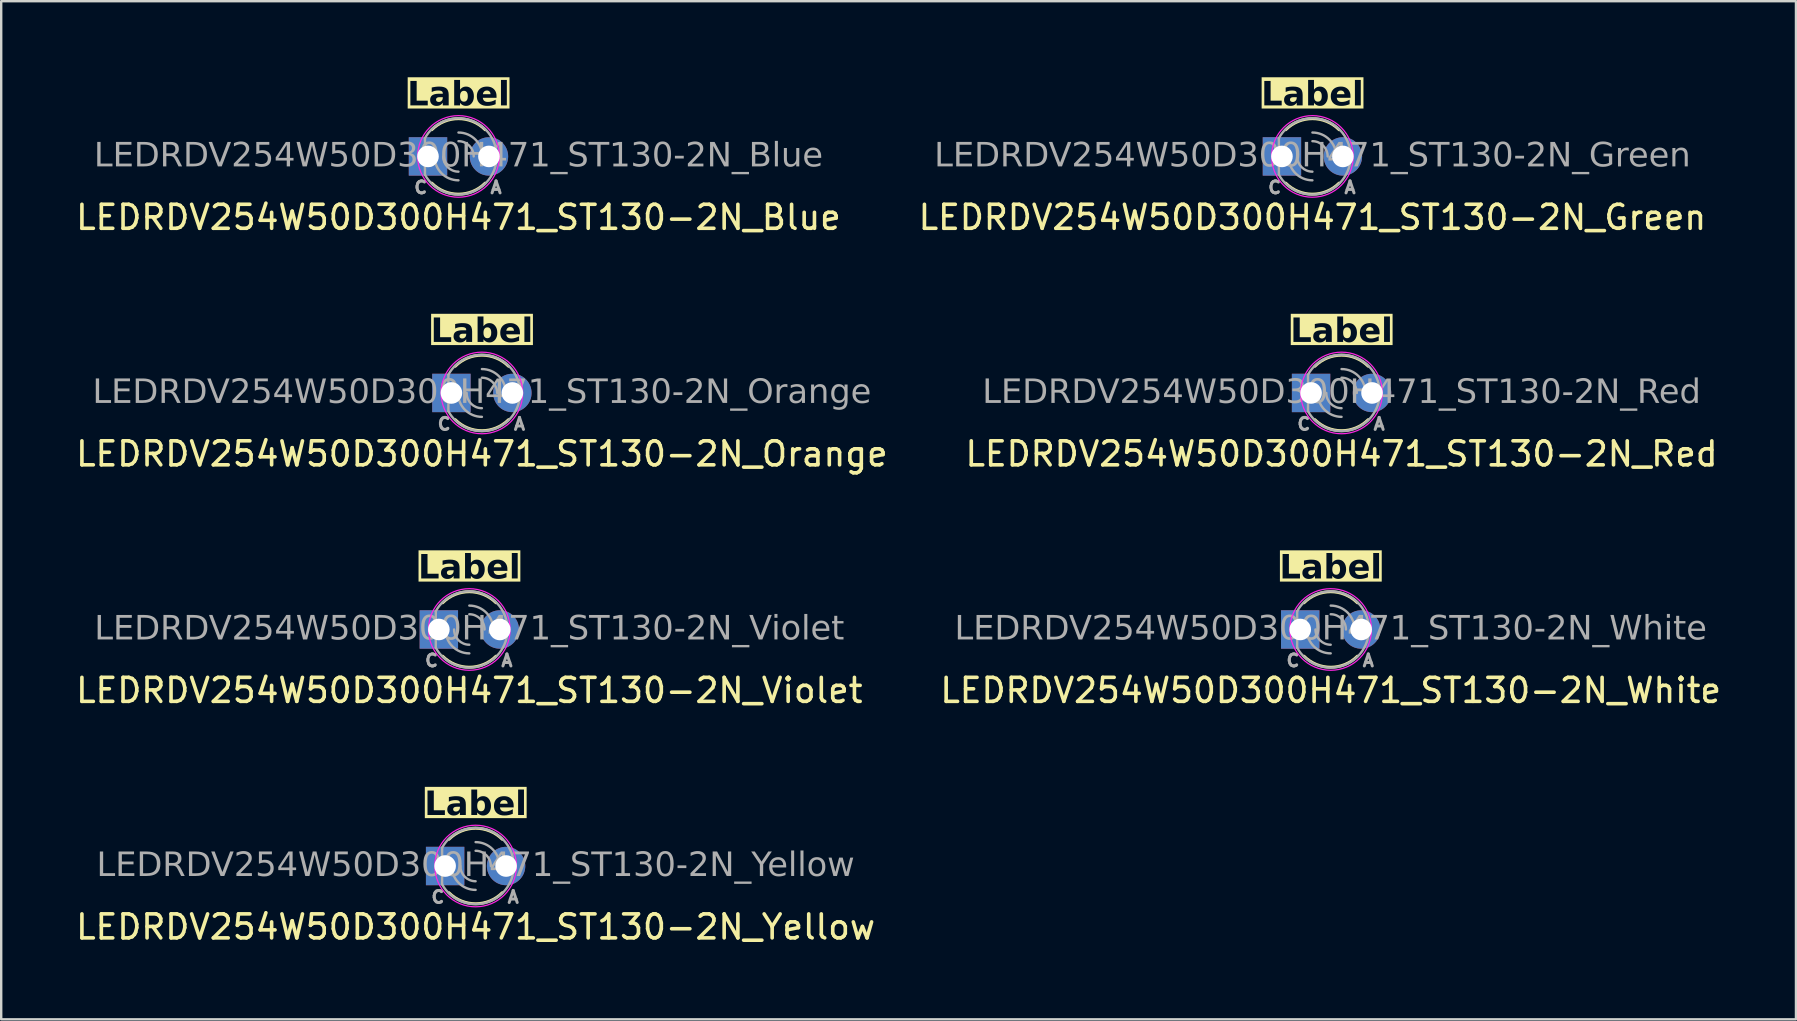
<source format=kicad_pcb>
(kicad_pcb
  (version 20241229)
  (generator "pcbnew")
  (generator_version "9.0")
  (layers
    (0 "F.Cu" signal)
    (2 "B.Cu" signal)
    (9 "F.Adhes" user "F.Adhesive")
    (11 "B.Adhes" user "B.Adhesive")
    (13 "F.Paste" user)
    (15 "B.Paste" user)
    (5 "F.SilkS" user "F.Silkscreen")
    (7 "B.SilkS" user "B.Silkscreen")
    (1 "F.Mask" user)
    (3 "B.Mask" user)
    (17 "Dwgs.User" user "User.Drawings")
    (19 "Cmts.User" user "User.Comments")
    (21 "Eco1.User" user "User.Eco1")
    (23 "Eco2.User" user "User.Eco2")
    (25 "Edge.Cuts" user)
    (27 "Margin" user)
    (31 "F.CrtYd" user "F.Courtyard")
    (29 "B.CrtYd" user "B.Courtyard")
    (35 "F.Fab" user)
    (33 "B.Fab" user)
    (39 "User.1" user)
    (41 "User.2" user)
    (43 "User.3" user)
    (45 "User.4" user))
  (footprint "LEDRDV254W50D300H471_ST130-2N_White"
    (layer "F.Cu")
    (at 52.399 23.18)
    (property "Reference" "LEDRDV254W50D300H471_ST130-2N_White" (at 0 2.54 0) (layer "F.SilkS") (effects (font (size 1 1) (thickness 0.15))))
    (property "Label" "Label" (at 0 -2.54 0) (layer "F.SilkS" knockout) (effects (font (face "Tahoma") (size 1 1) (thickness 0.2) (bold yes))))
    (attr through_hole)
    (fp_arc (start -1.11125 -1.11125) (mid 0 -1.571545) (end 1.11125 -1.11125) (stroke (width 0.12) (type default)) (layer "F.SilkS"))
    (fp_arc (start 1.11125 1.11125) (mid 0 1.571545) (end -1.11125 1.11125) (stroke (width 0.12) (type default)) (layer "F.SilkS"))
    (fp_circle (center 0 0) (end 1.7 0) (stroke (width 0.05) (type default)) (fill no) (layer "F.CrtYd"))
    (fp_line (start -1.397 -0.762) (end -1.397 0.762) (stroke (width 0.1) (type default)) (layer "F.Fab"))
    (fp_arc (start -1.397 -0.762) (mid 1.591305 0) (end -1.397 0.762) (stroke (width 0.1) (type default)) (layer "F.Fab"))
    (fp_arc (start 0 -0.995373) (mid 0.703835 -0.703835) (end 0.995373 0) (stroke (width 0.1) (type default)) (layer "F.Fab"))
    (fp_arc (start 0 -0.635) (mid 0.449013 -0.449013) (end 0.635 0) (stroke (width 0.1) (type default)) (layer "F.Fab"))
    (fp_arc (start 0 0.635) (mid -0.449013 0.449013) (end -0.635 0) (stroke (width 0.1) (type default)) (layer "F.Fab"))
    (fp_arc (start 0 0.995373) (mid -0.703835 0.703835) (end -0.995373 0) (stroke (width 0.1) (type default)) (layer "F.Fab"))
    (fp_text user "${REFERENCE}" (at -0.000001 0.000001 0) (layer "F.Fab") (effects (font (face "Tahoma") (size 1 1) (thickness 0.15))))
    (fp_text user "A" (at 1.27 1.587 0) (unlocked yes) (layer "F.Fab") (effects (font (size 0.5 0.5) (thickness 0.125)) (justify left bottom)))
    (fp_text user "C" (at -1.905 1.587 0) (unlocked yes) (layer "F.Fab") (effects (font (size 0.5 0.5) (thickness 0.125)) (justify left bottom)))
    (pad "A" thru_hole circle (at 1.27 0) (size 1.6 1.6) (drill 0.9) (layers "*.Cu" "*.Mask"))
    (pad "C" thru_hole rect (at -1.27 0) (size 1.6 1.6) (drill 0.9) (layers "*.Cu" "*.Mask")))
  (footprint "LEDRDV254W50D300H471_ST130-2N_Green"
    (layer "F.Cu")
    (at 51.637 3.468)
    (property "Reference" "LEDRDV254W50D300H471_ST130-2N_Green" (at 0 2.54 0) (layer "F.SilkS") (effects (font (size 1 1) (thickness 0.15))))
    (property "Label" "Label" (at 0 -2.54 0) (layer "F.SilkS" knockout) (effects (font (face "Tahoma") (size 1 1) (thickness 0.2) (bold yes))))
    (attr through_hole)
    (fp_arc (start -1.11125 -1.11125) (mid 0 -1.571545) (end 1.11125 -1.11125) (stroke (width 0.12) (type default)) (layer "F.SilkS"))
    (fp_arc (start 1.11125 1.11125) (mid 0 1.571545) (end -1.11125 1.11125) (stroke (width 0.12) (type default)) (layer "F.SilkS"))
    (fp_circle (center 0 0) (end 1.7 0) (stroke (width 0.05) (type default)) (fill no) (layer "F.CrtYd"))
    (fp_line (start -1.397 -0.762) (end -1.397 0.762) (stroke (width 0.1) (type default)) (layer "F.Fab"))
    (fp_arc (start -1.397 -0.762) (mid 1.591305 0) (end -1.397 0.762) (stroke (width 0.1) (type default)) (layer "F.Fab"))
    (fp_arc (start 0 -0.995373) (mid 0.703835 -0.703835) (end 0.995373 0) (stroke (width 0.1) (type default)) (layer "F.Fab"))
    (fp_arc (start 0 -0.635) (mid 0.449013 -0.449013) (end 0.635 0) (stroke (width 0.1) (type default)) (layer "F.Fab"))
    (fp_arc (start 0 0.635) (mid -0.449013 0.449013) (end -0.635 0) (stroke (width 0.1) (type default)) (layer "F.Fab"))
    (fp_arc (start 0 0.995373) (mid -0.703835 0.703835) (end -0.995373 0) (stroke (width 0.1) (type default)) (layer "F.Fab"))
    (fp_text user "A" (at 1.27 1.587 0) (unlocked yes) (layer "F.Fab") (effects (font (size 0.5 0.5) (thickness 0.125)) (justify left bottom)))
    (fp_text user "${REFERENCE}" (at -0.000001 0.000001 0) (layer "F.Fab") (effects (font (face "Tahoma") (size 1 1) (thickness 0.15))))
    (fp_text user "C" (at -1.905 1.587 0) (unlocked yes) (layer "F.Fab") (effects (font (size 0.5 0.5) (thickness 0.125)) (justify left bottom)))
    (pad "A" thru_hole circle (at 1.27 0) (size 1.6 1.6) (drill 0.9) (layers "*.Cu" "*.Mask"))
    (pad "C" thru_hole rect (at -1.27 0) (size 1.6 1.6) (drill 0.9) (layers "*.Cu" "*.Mask")))
  (footprint "LEDRDV254W50D300H471_ST130-2N_Yellow"
    (layer "F.Cu")
    (at 16.768 33.036)
    (property "Reference" "LEDRDV254W50D300H471_ST130-2N_Yellow" (at 0 2.54 0) (layer "F.SilkS") (effects (font (size 1 1) (thickness 0.15))))
    (property "Label" "Label" (at 0 -2.54 0) (layer "F.SilkS" knockout) (effects (font (face "Tahoma") (size 1 1) (thickness 0.2) (bold yes))))
    (attr through_hole)
    (fp_arc (start -1.11125 -1.11125) (mid 0 -1.571545) (end 1.11125 -1.11125) (stroke (width 0.12) (type default)) (layer "F.SilkS"))
    (fp_arc (start 1.11125 1.11125) (mid 0 1.571545) (end -1.11125 1.11125) (stroke (width 0.12) (type default)) (layer "F.SilkS"))
    (fp_circle (center 0 0) (end 1.7 0) (stroke (width 0.05) (type default)) (fill no) (layer "F.CrtYd"))
    (fp_line (start -1.397 -0.762) (end -1.397 0.762) (stroke (width 0.1) (type default)) (layer "F.Fab"))
    (fp_arc (start -1.397 -0.762) (mid 1.591305 0) (end -1.397 0.762) (stroke (width 0.1) (type default)) (layer "F.Fab"))
    (fp_arc (start 0 -0.995373) (mid 0.703835 -0.703835) (end 0.995373 0) (stroke (width 0.1) (type default)) (layer "F.Fab"))
    (fp_arc (start 0 -0.635) (mid 0.449013 -0.449013) (end 0.635 0) (stroke (width 0.1) (type default)) (layer "F.Fab"))
    (fp_arc (start 0 0.635) (mid -0.449013 0.449013) (end -0.635 0) (stroke (width 0.1) (type default)) (layer "F.Fab"))
    (fp_arc (start 0 0.995373) (mid -0.703835 0.703835) (end -0.995373 0) (stroke (width 0.1) (type default)) (layer "F.Fab"))
    (fp_text user "${REFERENCE}" (at -0.000001 0.000001 0) (layer "F.Fab") (effects (font (face "Tahoma") (size 1 1) (thickness 0.15))))
    (fp_text user "A" (at 1.27 1.587 0) (unlocked yes) (layer "F.Fab") (effects (font (size 0.5 0.5) (thickness 0.125)) (justify left bottom)))
    (fp_text user "C" (at -1.905 1.587 0) (unlocked yes) (layer "F.Fab") (effects (font (size 0.5 0.5) (thickness 0.125)) (justify left bottom)))
    (pad "A" thru_hole circle (at 1.27 0) (size 1.6 1.6) (drill 0.9) (layers "*.Cu" "*.Mask"))
    (pad "C" thru_hole rect (at -1.27 0) (size 1.6 1.6) (drill 0.9) (layers "*.Cu" "*.Mask")))
  (footprint "LEDRDV254W50D300H471_ST130-2N_Red"
    (layer "F.Cu")
    (at 52.851 13.324)
    (property "Reference" "LEDRDV254W50D300H471_ST130-2N_Red" (at 0 2.54 0) (layer "F.SilkS") (effects (font (size 1 1) (thickness 0.15))))
    (property "Label" "Label" (at 0 -2.54 0) (layer "F.SilkS" knockout) (effects (font (face "Tahoma") (size 1 1) (thickness 0.2) (bold yes))))
    (attr through_hole)
    (fp_arc (start -1.11125 -1.11125) (mid 0 -1.571545) (end 1.11125 -1.11125) (stroke (width 0.12) (type default)) (layer "F.SilkS"))
    (fp_arc (start 1.11125 1.11125) (mid 0 1.571545) (end -1.11125 1.11125) (stroke (width 0.12) (type default)) (layer "F.SilkS"))
    (fp_circle (center 0 0) (end 1.7 0) (stroke (width 0.05) (type default)) (fill no) (layer "F.CrtYd"))
    (fp_line (start -1.397 -0.762) (end -1.397 0.762) (stroke (width 0.1) (type default)) (layer "F.Fab"))
    (fp_arc (start -1.397 -0.762) (mid 1.591305 0) (end -1.397 0.762) (stroke (width 0.1) (type default)) (layer "F.Fab"))
    (fp_arc (start 0 -0.995373) (mid 0.703835 -0.703835) (end 0.995373 0) (stroke (width 0.1) (type default)) (layer "F.Fab"))
    (fp_arc (start 0 -0.635) (mid 0.449013 -0.449013) (end 0.635 0) (stroke (width 0.1) (type default)) (layer "F.Fab"))
    (fp_arc (start 0 0.635) (mid -0.449013 0.449013) (end -0.635 0) (stroke (width 0.1) (type default)) (layer "F.Fab"))
    (fp_arc (start 0 0.995373) (mid -0.703835 0.703835) (end -0.995373 0) (stroke (width 0.1) (type default)) (layer "F.Fab"))
    (fp_text user "${REFERENCE}" (at -0.000001 0.000001 0) (layer "F.Fab") (effects (font (face "Tahoma") (size 1 1) (thickness 0.15))))
    (fp_text user "C" (at -1.905 1.587 0) (unlocked yes) (layer "F.Fab") (effects (font (size 0.5 0.5) (thickness 0.125)) (justify left bottom)))
    (fp_text user "A" (at 1.27 1.587 0) (unlocked yes) (layer "F.Fab") (effects (font (size 0.5 0.5) (thickness 0.125)) (justify left bottom)))
    (pad "A" thru_hole circle (at 1.27 0) (size 1.6 1.6) (drill 0.9) (layers "*.Cu" "*.Mask"))
    (pad "C" thru_hole rect (at -1.27 0) (size 1.6 1.6) (drill 0.9) (layers "*.Cu" "*.Mask")))
  (footprint "LEDRDV254W50D300H471_ST130-2N_Orange"
    (layer "F.Cu")
    (at 17.03 13.324)
    (property "Reference" "LEDRDV254W50D300H471_ST130-2N_Orange" (at 0 2.54 0) (layer "F.SilkS") (effects (font (size 1 1) (thickness 0.15))))
    (property "Label" "Label" (at 0 -2.54 0) (layer "F.SilkS" knockout) (effects (font (face "Tahoma") (size 1 1) (thickness 0.2) (bold yes))))
    (attr through_hole)
    (fp_arc (start -1.11125 -1.11125) (mid 0 -1.571545) (end 1.11125 -1.11125) (stroke (width 0.12) (type default)) (layer "F.SilkS"))
    (fp_arc (start 1.11125 1.11125) (mid 0 1.571545) (end -1.11125 1.11125) (stroke (width 0.12) (type default)) (layer "F.SilkS"))
    (fp_circle (center 0 0) (end 1.7 0) (stroke (width 0.05) (type default)) (fill no) (layer "F.CrtYd"))
    (fp_line (start -1.397 -0.762) (end -1.397 0.762) (stroke (width 0.1) (type default)) (layer "F.Fab"))
    (fp_arc (start -1.397 -0.762) (mid 1.591305 0) (end -1.397 0.762) (stroke (width 0.1) (type default)) (layer "F.Fab"))
    (fp_arc (start 0 -0.995373) (mid 0.703835 -0.703835) (end 0.995373 0) (stroke (width 0.1) (type default)) (layer "F.Fab"))
    (fp_arc (start 0 -0.635) (mid 0.449013 -0.449013) (end 0.635 0) (stroke (width 0.1) (type default)) (layer "F.Fab"))
    (fp_arc (start 0 0.635) (mid -0.449013 0.449013) (end -0.635 0) (stroke (width 0.1) (type default)) (layer "F.Fab"))
    (fp_arc (start 0 0.995373) (mid -0.703835 0.703835) (end -0.995373 0) (stroke (width 0.1) (type default)) (layer "F.Fab"))
    (fp_text user "${REFERENCE}" (at -0.000001 0.000001 0) (layer "F.Fab") (effects (font (face "Tahoma") (size 1 1) (thickness 0.15))))
    (fp_text user "C" (at -1.905 1.587 0) (unlocked yes) (layer "F.Fab") (effects (font (size 0.5 0.5) (thickness 0.125)) (justify left bottom)))
    (fp_text user "A" (at 1.27 1.587 0) (unlocked yes) (layer "F.Fab") (effects (font (size 0.5 0.5) (thickness 0.125)) (justify left bottom)))
    (pad "A" thru_hole circle (at 1.27 0) (size 1.6 1.6) (drill 0.9) (layers "*.Cu" "*.Mask"))
    (pad "C" thru_hole rect (at -1.27 0) (size 1.6 1.6) (drill 0.9) (layers "*.Cu" "*.Mask")))
  (footprint "LEDRDV254W50D300H471_ST130-2N_Violet"
    (layer "F.Cu")
    (at 16.506 23.18)
    (property "Reference" "LEDRDV254W50D300H471_ST130-2N_Violet" (at 0 2.54 0) (layer "F.SilkS") (effects (font (size 1 1) (thickness 0.15))))
    (property "Label" "Label" (at 0 -2.54 0) (layer "F.SilkS" knockout) (effects (font (face "Tahoma") (size 1 1) (thickness 0.2) (bold yes))))
    (attr through_hole)
    (fp_arc (start -1.11125 -1.11125) (mid 0 -1.571545) (end 1.11125 -1.11125) (stroke (width 0.12) (type default)) (layer "F.SilkS"))
    (fp_arc (start 1.11125 1.11125) (mid 0 1.571545) (end -1.11125 1.11125) (stroke (width 0.12) (type default)) (layer "F.SilkS"))
    (fp_circle (center 0 0) (end 1.7 0) (stroke (width 0.05) (type default)) (fill no) (layer "F.CrtYd"))
    (fp_line (start -1.397 -0.762) (end -1.397 0.762) (stroke (width 0.1) (type default)) (layer "F.Fab"))
    (fp_arc (start -1.397 -0.762) (mid 1.591305 0) (end -1.397 0.762) (stroke (width 0.1) (type default)) (layer "F.Fab"))
    (fp_arc (start 0 -0.995373) (mid 0.703835 -0.703835) (end 0.995373 0) (stroke (width 0.1) (type default)) (layer "F.Fab"))
    (fp_arc (start 0 -0.635) (mid 0.449013 -0.449013) (end 0.635 0) (stroke (width 0.1) (type default)) (layer "F.Fab"))
    (fp_arc (start 0 0.635) (mid -0.449013 0.449013) (end -0.635 0) (stroke (width 0.1) (type default)) (layer "F.Fab"))
    (fp_arc (start 0 0.995373) (mid -0.703835 0.703835) (end -0.995373 0) (stroke (width 0.1) (type default)) (layer "F.Fab"))
    (fp_text user "C" (at -1.905 1.587 0) (unlocked yes) (layer "F.Fab") (effects (font (size 0.5 0.5) (thickness 0.125)) (justify left bottom)))
    (fp_text user "${REFERENCE}" (at -0.000001 0.000001 0) (layer "F.Fab") (effects (font (face "Tahoma") (size 1 1) (thickness 0.15))))
    (fp_text user "A" (at 1.27 1.587 0) (unlocked yes) (layer "F.Fab") (effects (font (size 0.5 0.5) (thickness 0.125)) (justify left bottom)))
    (pad "A" thru_hole circle (at 1.27 0) (size 1.6 1.6) (drill 0.9) (layers "*.Cu" "*.Mask"))
    (pad "C" thru_hole rect (at -1.27 0) (size 1.6 1.6) (drill 0.9) (layers "*.Cu" "*.Mask")))
  (footprint "LEDRDV254W50D300H471_ST130-2N_Blue"
    (layer "F.Cu")
    (at 16.054 3.468)
    (property "Reference" "LEDRDV254W50D300H471_ST130-2N_Blue" (at 0 2.54 0) (layer "F.SilkS") (effects (font (size 1 1) (thickness 0.15))))
    (property "Label" "Label" (at 0 -2.54 0) (layer "F.SilkS" knockout) (effects (font (face "Tahoma") (size 1 1) (thickness 0.2) (bold yes))))
    (attr through_hole)
    (fp_arc (start -1.11125 -1.11125) (mid 0 -1.571545) (end 1.11125 -1.11125) (stroke (width 0.12) (type default)) (layer "F.SilkS"))
    (fp_arc (start 1.11125 1.11125) (mid 0 1.571545) (end -1.11125 1.11125) (stroke (width 0.12) (type default)) (layer "F.SilkS"))
    (fp_circle (center 0 0) (end 1.7 0) (stroke (width 0.05) (type default)) (fill no) (layer "F.CrtYd"))
    (fp_line (start -1.397 -0.762) (end -1.397 0.762) (stroke (width 0.1) (type default)) (layer "F.Fab"))
    (fp_arc (start -1.397 -0.762) (mid 1.591305 0) (end -1.397 0.762) (stroke (width 0.1) (type default)) (layer "F.Fab"))
    (fp_arc (start 0 -0.995373) (mid 0.703835 -0.703835) (end 0.995373 0) (stroke (width 0.1) (type default)) (layer "F.Fab"))
    (fp_arc (start 0 -0.635) (mid 0.449013 -0.449013) (end 0.635 0) (stroke (width 0.1) (type default)) (layer "F.Fab"))
    (fp_arc (start 0 0.635) (mid -0.449013 0.449013) (end -0.635 0) (stroke (width 0.1) (type default)) (layer "F.Fab"))
    (fp_arc (start 0 0.995373) (mid -0.703835 0.703835) (end -0.995373 0) (stroke (width 0.1) (type default)) (layer "F.Fab"))
    (fp_text user "C" (at -1.905 1.587 0) (unlocked yes) (layer "F.Fab") (effects (font (size 0.5 0.5) (thickness 0.125)) (justify left bottom)))
    (fp_text user "${REFERENCE}" (at -0.000001 0.000001 0) (layer "F.Fab") (effects (font (face "Tahoma") (size 1 1) (thickness 0.15))))
    (fp_text user "A" (at 1.27 1.587 0) (unlocked yes) (layer "F.Fab") (effects (font (size 0.5 0.5) (thickness 0.125)) (justify left bottom)))
    (pad "A" thru_hole circle (at 1.27 0) (size 1.6 1.6) (drill 0.9) (layers "*.Cu" "*.Mask"))
    (pad "C" thru_hole rect (at -1.27 0) (size 1.6 1.6) (drill 0.9) (layers "*.Cu" "*.Mask")))
  (gr_rect
    (start -3 -3)
    (end 71.786 39.424)
    (stroke (width 0.1) (type default))
    (fill no)
    (layer "Edge.Cuts")))
</source>
